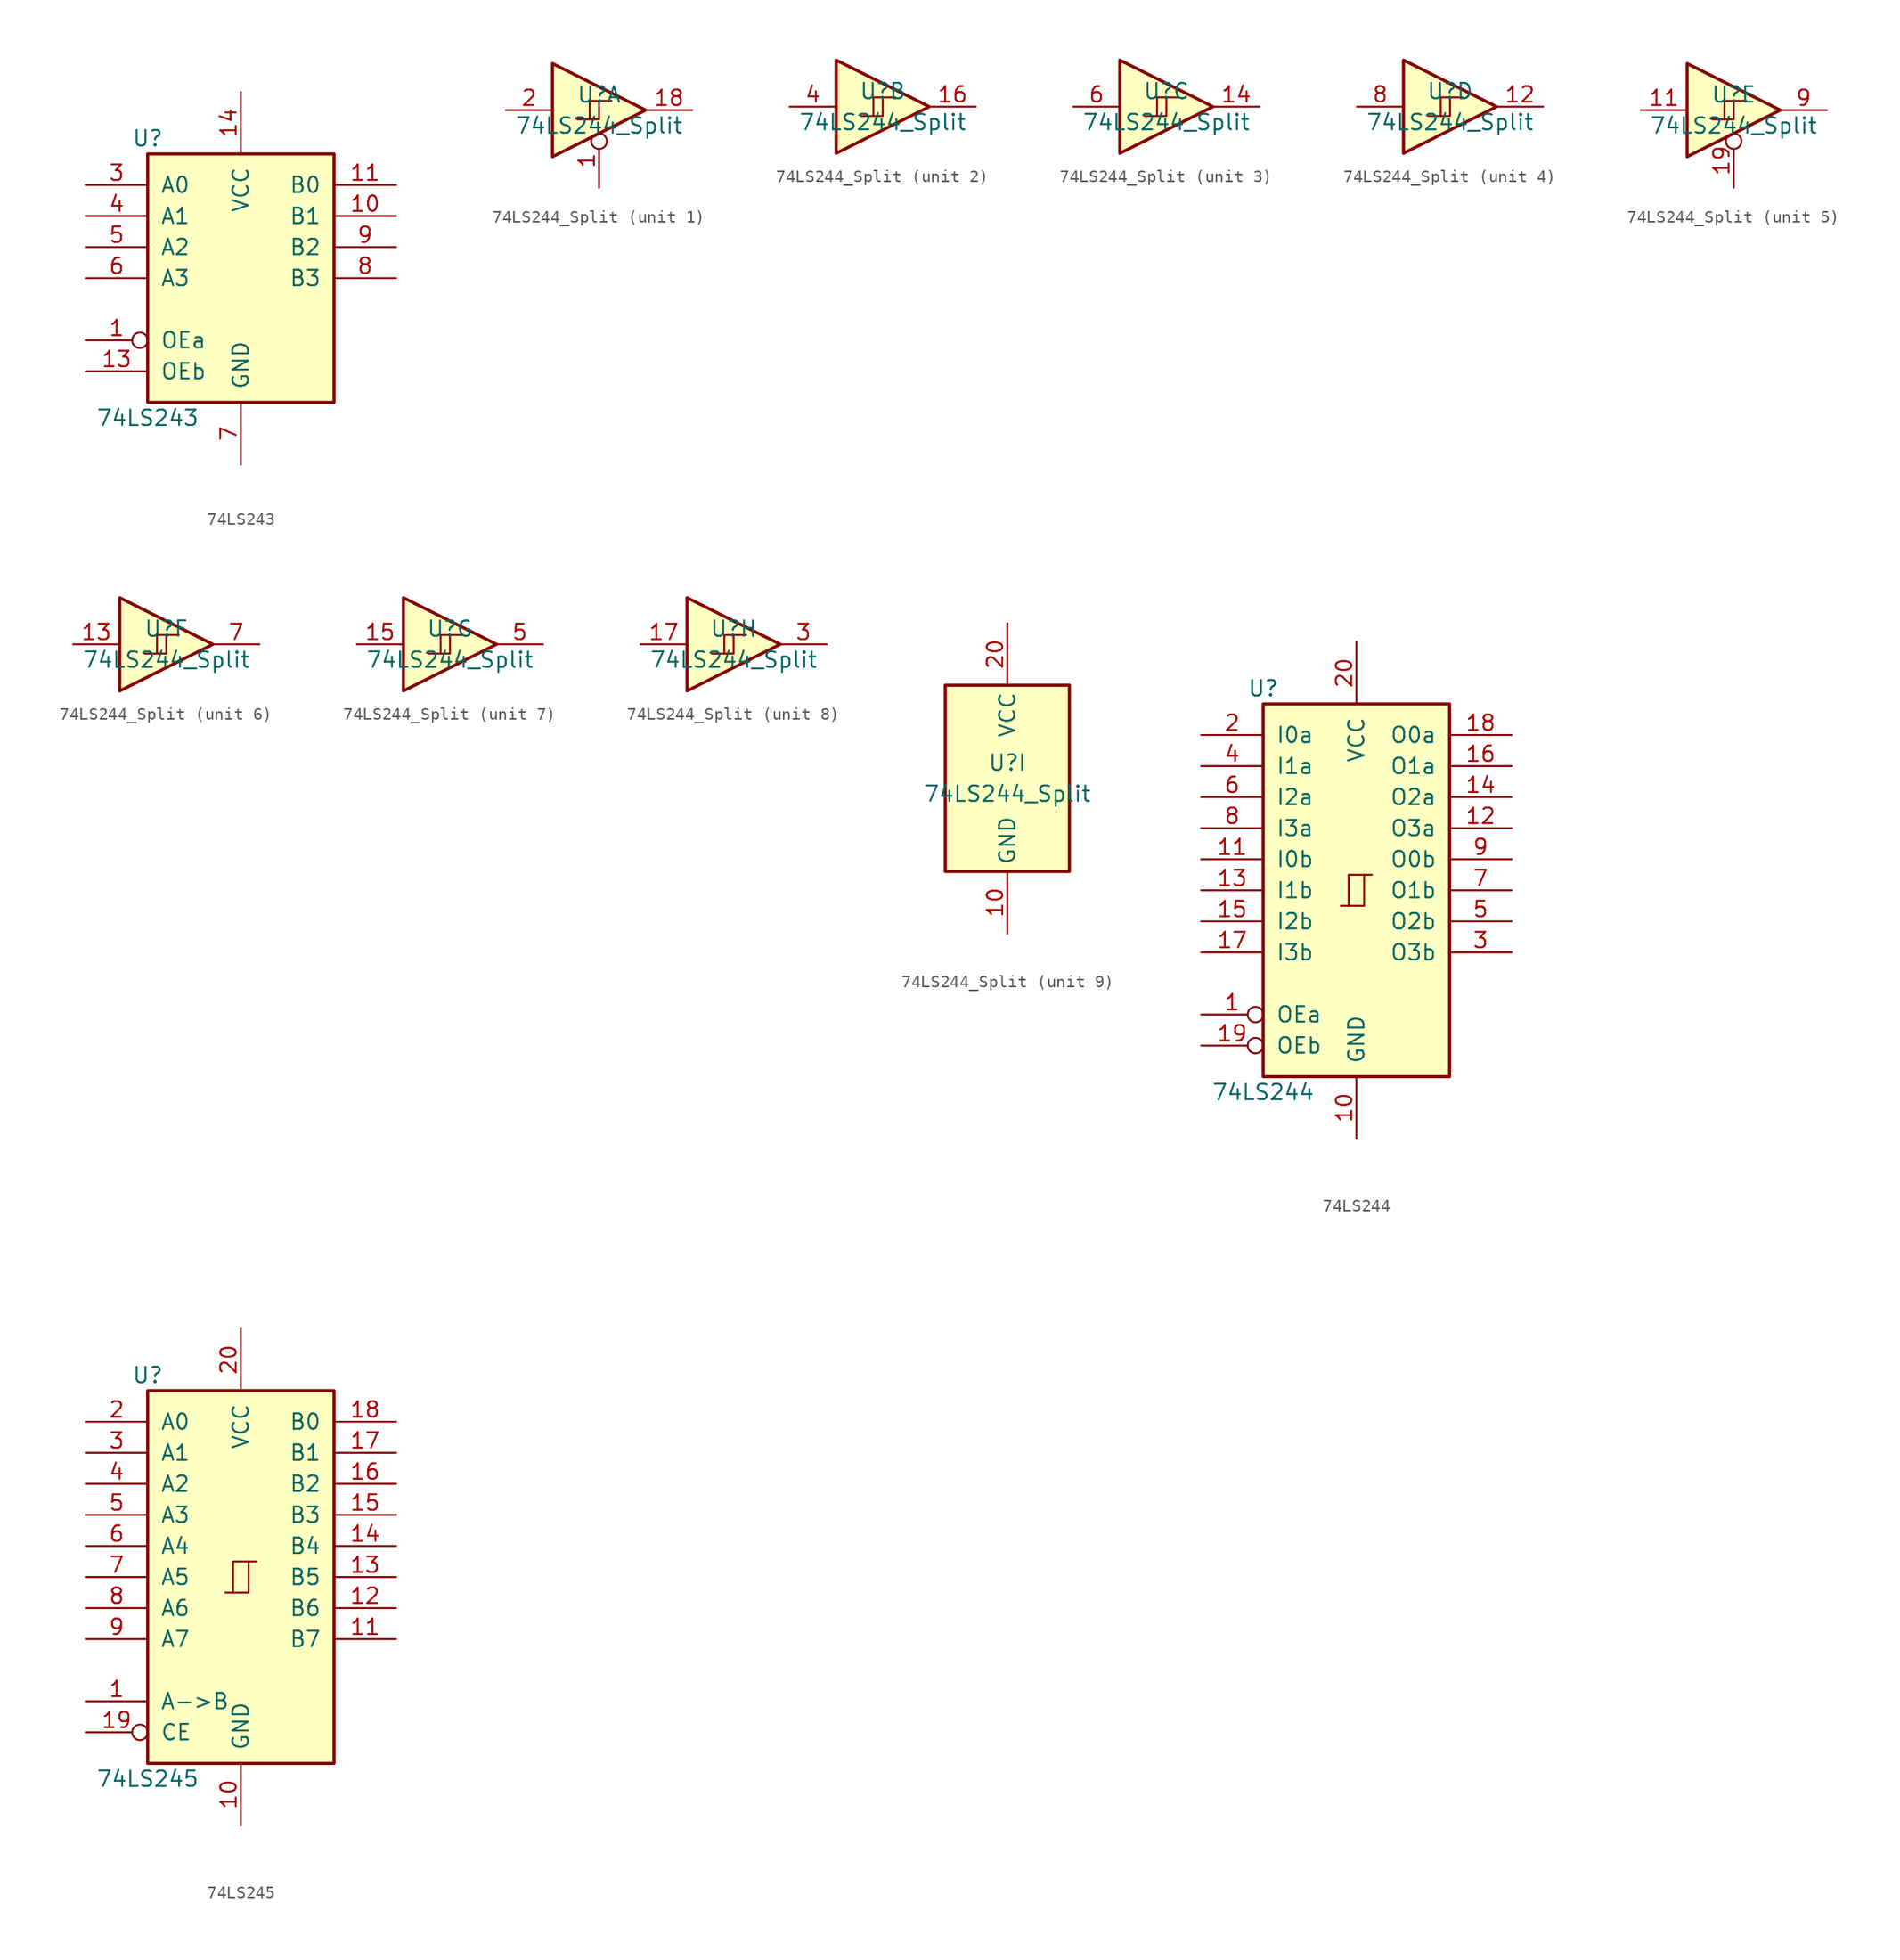
<source format=kicad_sym>
(kicad_symbol_lib
  (version 20241209)
  (generator "kicad_symbol_editor")
  (generator_version "9.0")
  (symbol "74LS243"
    (pin_names
      (offset 1.016))
    (property "Reference" "U"
      (at -7.62 11.43 0)
      (effects (font (size 1.27 1.27))))
    (property "Value" "74LS243"
      (at -7.62 -11.43 0)
      (effects (font (size 1.27 1.27))))
    (property "ki_locked" ""
      (at 0 0 0)
      (effects (font (size 1.27 1.27))))
    (symbol "74LS243_1_0"
      (pin input line (at -12.7 7.62 0) (length 5.08) (name "A0" (effects (font (size 1.27 1.27)))) (number "3" (effects (font (size 1.27 1.27)))))
      (pin input line (at -12.7 5.08 0) (length 5.08) (name "A1" (effects (font (size 1.27 1.27)))) (number "4" (effects (font (size 1.27 1.27)))))
      (pin input line (at -12.7 2.54 0) (length 5.08) (name "A2" (effects (font (size 1.27 1.27)))) (number "5" (effects (font (size 1.27 1.27)))))
      (pin input line (at -12.7 0 0) (length 5.08) (name "A3" (effects (font (size 1.27 1.27)))) (number "6" (effects (font (size 1.27 1.27)))))
      (pin input inverted (at -12.7 -5.08 0) (length 5.08) (name "OEa" (effects (font (size 1.27 1.27)))) (number "1" (effects (font (size 1.27 1.27)))))
      (pin input line (at -12.7 -7.62 0) (length 5.08) (name "OEb" (effects (font (size 1.27 1.27)))) (number "13" (effects (font (size 1.27 1.27)))))
      (pin power_in line (at 0 15.24 270) (length 5.08) (name "VCC" (effects (font (size 1.27 1.27)))) (number "14" (effects (font (size 1.27 1.27)))))
      (pin power_in line (at 0 -15.24 90) (length 5.08) (name "GND" (effects (font (size 1.27 1.27)))) (number "7" (effects (font (size 1.27 1.27)))))
      (pin tri_state line (at 12.7 7.62 180) (length 5.08) (name "B0" (effects (font (size 1.27 1.27)))) (number "11" (effects (font (size 1.27 1.27)))))
      (pin tri_state line (at 12.7 5.08 180) (length 5.08) (name "B1" (effects (font (size 1.27 1.27)))) (number "10" (effects (font (size 1.27 1.27)))))
      (pin tri_state line (at 12.7 2.54 180) (length 5.08) (name "B2" (effects (font (size 1.27 1.27)))) (number "9" (effects (font (size 1.27 1.27)))))
      (pin tri_state line (at 12.7 0 180) (length 5.08) (name "B3" (effects (font (size 1.27 1.27)))) (number "8" (effects (font (size 1.27 1.27))))))
    (symbol "74LS243_1_1"
      (rectangle (start -7.62 10.16) (end 7.62 -10.16) (stroke (width 0.254) (type solid)) (fill (type background)))))
  (symbol "74LS244_Split"
    (property "Reference" "U"
      (at 0 1.27 0)
      (effects (font (size 1.27 1.27))))
    (property "Value" "74LS244_Split"
      (at 0 -1.27 0)
      (effects (font (size 1.27 1.27))))
    (property "ki_locked" ""
      (at 0 0 0)
      (effects (font (size 1.27 1.27))))
    (symbol "74LS244_Split_1_0"
      (polyline (pts (xy -3.81 3.81) (xy -3.81 -3.81) (xy 3.81 0) (xy -3.81 3.81)) (stroke (width 0.254) (type solid)) (fill (type background)))
      (pin input line (at -7.62 0 0) (length 3.81) (name "~" (effects (font (size 1.27 1.27)))) (number "2" (effects (font (size 1.27 1.27)))))
      (pin input inverted (at 0 -6.35 90) (length 4.445) (name "~" (effects (font (size 1.27 1.27)))) (number "1" (effects (font (size 1.27 1.27)))))
      (pin tri_state line (at 7.62 0 180) (length 3.81) (name "~" (effects (font (size 1.27 1.27)))) (number "18" (effects (font (size 1.27 1.27))))))
    (symbol "74LS244_Split_1_1"
      (polyline (pts (xy 0 0.762) (xy 0 -0.762) (xy -1.778 -0.762)) (stroke (width 0) (type solid)) (fill (type none)))
      (polyline (pts (xy 1.016 0.762) (xy -0.762 0.762) (xy -0.762 -0.762)) (stroke (width 0) (type solid)) (fill (type none))))
    (symbol "74LS244_Split_2_0"
      (polyline (pts (xy -3.81 3.81) (xy -3.81 -3.81) (xy 3.81 0) (xy -3.81 3.81)) (stroke (width 0.254) (type solid)) (fill (type background)))
      (pin input line (at -7.62 0 0) (length 3.81) (name "~" (effects (font (size 1.27 1.27)))) (number "4" (effects (font (size 1.27 1.27)))))
      (pin tri_state line (at 7.62 0 180) (length 3.81) (name "~" (effects (font (size 1.27 1.27)))) (number "16" (effects (font (size 1.27 1.27))))))
    (symbol "74LS244_Split_2_1"
      (polyline (pts (xy 0 0.762) (xy 0 -0.762) (xy -1.778 -0.762)) (stroke (width 0) (type solid)) (fill (type none)))
      (polyline (pts (xy 1.016 0.762) (xy -0.762 0.762) (xy -0.762 -0.762)) (stroke (width 0) (type solid)) (fill (type none))))
    (symbol "74LS244_Split_3_0"
      (polyline (pts (xy -3.81 3.81) (xy -3.81 -3.81) (xy 3.81 0) (xy -3.81 3.81)) (stroke (width 0.254) (type solid)) (fill (type background)))
      (pin input line (at -7.62 0 0) (length 3.81) (name "~" (effects (font (size 1.27 1.27)))) (number "6" (effects (font (size 1.27 1.27)))))
      (pin tri_state line (at 7.62 0 180) (length 3.81) (name "~" (effects (font (size 1.27 1.27)))) (number "14" (effects (font (size 1.27 1.27))))))
    (symbol "74LS244_Split_3_1"
      (polyline (pts (xy 0 0.762) (xy 0 -0.762) (xy -1.778 -0.762)) (stroke (width 0) (type solid)) (fill (type none)))
      (polyline (pts (xy 1.016 0.762) (xy -0.762 0.762) (xy -0.762 -0.762)) (stroke (width 0) (type solid)) (fill (type none))))
    (symbol "74LS244_Split_4_0"
      (polyline (pts (xy -3.81 3.81) (xy -3.81 -3.81) (xy 3.81 0) (xy -3.81 3.81)) (stroke (width 0.254) (type solid)) (fill (type background)))
      (pin input line (at -7.62 0 0) (length 3.81) (name "~" (effects (font (size 1.27 1.27)))) (number "8" (effects (font (size 1.27 1.27)))))
      (pin tri_state line (at 7.62 0 180) (length 3.81) (name "~" (effects (font (size 1.27 1.27)))) (number "12" (effects (font (size 1.27 1.27))))))
    (symbol "74LS244_Split_4_1"
      (polyline (pts (xy 0 0.762) (xy 0 -0.762) (xy -1.778 -0.762)) (stroke (width 0) (type solid)) (fill (type none)))
      (polyline (pts (xy 1.016 0.762) (xy -0.762 0.762) (xy -0.762 -0.762)) (stroke (width 0) (type solid)) (fill (type none))))
    (symbol "74LS244_Split_5_0"
      (polyline (pts (xy -3.81 3.81) (xy -3.81 -3.81) (xy 3.81 0) (xy -3.81 3.81)) (stroke (width 0.254) (type solid)) (fill (type background)))
      (pin input line (at -7.62 0 0) (length 3.81) (name "~" (effects (font (size 1.27 1.27)))) (number "11" (effects (font (size 1.27 1.27)))))
      (pin input inverted (at 0 -6.35 90) (length 4.445) (name "~" (effects (font (size 1.27 1.27)))) (number "19" (effects (font (size 1.27 1.27)))))
      (pin tri_state line (at 7.62 0 180) (length 3.81) (name "~" (effects (font (size 1.27 1.27)))) (number "9" (effects (font (size 1.27 1.27))))))
    (symbol "74LS244_Split_5_1"
      (polyline (pts (xy 0 0.762) (xy 0 -0.762) (xy -1.778 -0.762)) (stroke (width 0) (type solid)) (fill (type none)))
      (polyline (pts (xy 1.016 0.762) (xy -0.762 0.762) (xy -0.762 -0.762)) (stroke (width 0) (type solid)) (fill (type none))))
    (symbol "74LS244_Split_6_0"
      (polyline (pts (xy -3.81 3.81) (xy -3.81 -3.81) (xy 3.81 0) (xy -3.81 3.81)) (stroke (width 0.254) (type solid)) (fill (type background)))
      (pin input line (at -7.62 0 0) (length 3.81) (name "~" (effects (font (size 1.27 1.27)))) (number "13" (effects (font (size 1.27 1.27)))))
      (pin tri_state line (at 7.62 0 180) (length 3.81) (name "~" (effects (font (size 1.27 1.27)))) (number "7" (effects (font (size 1.27 1.27))))))
    (symbol "74LS244_Split_6_1"
      (polyline (pts (xy 0 0.762) (xy 0 -0.762) (xy -1.778 -0.762)) (stroke (width 0) (type solid)) (fill (type none)))
      (polyline (pts (xy 1.016 0.762) (xy -0.762 0.762) (xy -0.762 -0.762)) (stroke (width 0) (type solid)) (fill (type none))))
    (symbol "74LS244_Split_7_0"
      (polyline (pts (xy -3.81 3.81) (xy -3.81 -3.81) (xy 3.81 0) (xy -3.81 3.81)) (stroke (width 0.254) (type solid)) (fill (type background)))
      (pin input line (at -7.62 0 0) (length 3.81) (name "~" (effects (font (size 1.27 1.27)))) (number "15" (effects (font (size 1.27 1.27)))))
      (pin tri_state line (at 7.62 0 180) (length 3.81) (name "~" (effects (font (size 1.27 1.27)))) (number "5" (effects (font (size 1.27 1.27))))))
    (symbol "74LS244_Split_7_1"
      (polyline (pts (xy 0 0.762) (xy 0 -0.762) (xy -1.778 -0.762)) (stroke (width 0) (type solid)) (fill (type none)))
      (polyline (pts (xy 1.016 0.762) (xy -0.762 0.762) (xy -0.762 -0.762)) (stroke (width 0) (type solid)) (fill (type none))))
    (symbol "74LS244_Split_8_0"
      (polyline (pts (xy -3.81 3.81) (xy -3.81 -3.81) (xy 3.81 0) (xy -3.81 3.81)) (stroke (width 0.254) (type solid)) (fill (type background)))
      (pin input line (at -7.62 0 0) (length 3.81) (name "~" (effects (font (size 1.27 1.27)))) (number "17" (effects (font (size 1.27 1.27)))))
      (pin tri_state line (at 7.62 0 180) (length 3.81) (name "~" (effects (font (size 1.27 1.27)))) (number "3" (effects (font (size 1.27 1.27))))))
    (symbol "74LS244_Split_8_1"
      (polyline (pts (xy 0 0.762) (xy 0 -0.762) (xy -1.778 -0.762)) (stroke (width 0) (type solid)) (fill (type none)))
      (polyline (pts (xy 1.016 0.762) (xy -0.762 0.762) (xy -0.762 -0.762)) (stroke (width 0) (type solid)) (fill (type none))))
    (symbol "74LS244_Split_9_0"
      (pin power_in line (at 0 12.7 270) (length 5.08) (name "VCC" (effects (font (size 1.27 1.27)))) (number "20" (effects (font (size 1.27 1.27)))))
      (pin power_in line (at 0 -12.7 90) (length 5.08) (name "GND" (effects (font (size 1.27 1.27)))) (number "10" (effects (font (size 1.27 1.27))))))
    (symbol "74LS244_Split_9_1"
      (rectangle (start -5.08 7.62) (end 5.08 -7.62) (stroke (width 0.254) (type solid)) (fill (type background)))))
  (symbol "74LS244"
    (pin_names
      (offset 1.016))
    (property "Reference" "U"
      (at -7.62 16.51 0)
      (effects (font (size 1.27 1.27))))
    (property "Value" "74LS244"
      (at -7.62 -16.51 0)
      (effects (font (size 1.27 1.27))))
    (symbol "74LS244_1_0"
      (polyline (pts (xy -1.27 -1.27) (xy 0.635 -1.27) (xy 0.635 1.27) (xy 1.27 1.27)) (stroke (width 0) (type solid)) (fill (type none)))
      (polyline (pts (xy -0.635 -1.27) (xy -0.635 1.27) (xy 0.635 1.27)) (stroke (width 0) (type solid)) (fill (type none)))
      (pin input line (at -12.7 12.7 0) (length 5.08) (name "I0a" (effects (font (size 1.27 1.27)))) (number "2" (effects (font (size 1.27 1.27)))))
      (pin input line (at -12.7 10.16 0) (length 5.08) (name "I1a" (effects (font (size 1.27 1.27)))) (number "4" (effects (font (size 1.27 1.27)))))
      (pin input line (at -12.7 7.62 0) (length 5.08) (name "I2a" (effects (font (size 1.27 1.27)))) (number "6" (effects (font (size 1.27 1.27)))))
      (pin input line (at -12.7 5.08 0) (length 5.08) (name "I3a" (effects (font (size 1.27 1.27)))) (number "8" (effects (font (size 1.27 1.27)))))
      (pin input line (at -12.7 2.54 0) (length 5.08) (name "I0b" (effects (font (size 1.27 1.27)))) (number "11" (effects (font (size 1.27 1.27)))))
      (pin input line (at -12.7 0 0) (length 5.08) (name "I1b" (effects (font (size 1.27 1.27)))) (number "13" (effects (font (size 1.27 1.27)))))
      (pin input line (at -12.7 -2.54 0) (length 5.08) (name "I2b" (effects (font (size 1.27 1.27)))) (number "15" (effects (font (size 1.27 1.27)))))
      (pin input line (at -12.7 -5.08 0) (length 5.08) (name "I3b" (effects (font (size 1.27 1.27)))) (number "17" (effects (font (size 1.27 1.27)))))
      (pin input inverted (at -12.7 -10.16 0) (length 5.08) (name "OEa" (effects (font (size 1.27 1.27)))) (number "1" (effects (font (size 1.27 1.27)))))
      (pin input inverted (at -12.7 -12.7 0) (length 5.08) (name "OEb" (effects (font (size 1.27 1.27)))) (number "19" (effects (font (size 1.27 1.27)))))
      (pin power_in line (at 0 20.32 270) (length 5.08) (name "VCC" (effects (font (size 1.27 1.27)))) (number "20" (effects (font (size 1.27 1.27)))))
      (pin power_in line (at 0 -20.32 90) (length 5.08) (name "GND" (effects (font (size 1.27 1.27)))) (number "10" (effects (font (size 1.27 1.27)))))
      (pin tri_state line (at 12.7 12.7 180) (length 5.08) (name "O0a" (effects (font (size 1.27 1.27)))) (number "18" (effects (font (size 1.27 1.27)))))
      (pin tri_state line (at 12.7 10.16 180) (length 5.08) (name "O1a" (effects (font (size 1.27 1.27)))) (number "16" (effects (font (size 1.27 1.27)))))
      (pin tri_state line (at 12.7 7.62 180) (length 5.08) (name "O2a" (effects (font (size 1.27 1.27)))) (number "14" (effects (font (size 1.27 1.27)))))
      (pin tri_state line (at 12.7 5.08 180) (length 5.08) (name "O3a" (effects (font (size 1.27 1.27)))) (number "12" (effects (font (size 1.27 1.27)))))
      (pin tri_state line (at 12.7 2.54 180) (length 5.08) (name "O0b" (effects (font (size 1.27 1.27)))) (number "9" (effects (font (size 1.27 1.27)))))
      (pin tri_state line (at 12.7 0 180) (length 5.08) (name "O1b" (effects (font (size 1.27 1.27)))) (number "7" (effects (font (size 1.27 1.27)))))
      (pin tri_state line (at 12.7 -2.54 180) (length 5.08) (name "O2b" (effects (font (size 1.27 1.27)))) (number "5" (effects (font (size 1.27 1.27)))))
      (pin tri_state line (at 12.7 -5.08 180) (length 5.08) (name "O3b" (effects (font (size 1.27 1.27)))) (number "3" (effects (font (size 1.27 1.27))))))
    (symbol "74LS244_1_1"
      (rectangle (start -7.62 15.24) (end 7.62 -15.24) (stroke (width 0.254) (type solid)) (fill (type background)))))
  (symbol "74LS245"
    (pin_names
      (offset 1.016))
    (property "Reference" "U"
      (at -7.62 16.51 0)
      (effects (font (size 1.27 1.27))))
    (property "Value" "74LS245"
      (at -7.62 -16.51 0)
      (effects (font (size 1.27 1.27))))
    (property "ki_locked" ""
      (at 0 0 0)
      (effects (font (size 1.27 1.27))))
    (symbol "74LS245_1_0"
      (polyline (pts (xy -1.27 -1.27) (xy 0.635 -1.27) (xy 0.635 1.27) (xy 1.27 1.27)) (stroke (width 0) (type solid)) (fill (type none)))
      (polyline (pts (xy -0.635 -1.27) (xy -0.635 1.27) (xy 0.635 1.27)) (stroke (width 0) (type solid)) (fill (type none)))
      (pin tri_state line (at -12.7 12.7 0) (length 5.08) (name "A0" (effects (font (size 1.27 1.27)))) (number "2" (effects (font (size 1.27 1.27)))))
      (pin tri_state line (at -12.7 10.16 0) (length 5.08) (name "A1" (effects (font (size 1.27 1.27)))) (number "3" (effects (font (size 1.27 1.27)))))
      (pin tri_state line (at -12.7 7.62 0) (length 5.08) (name "A2" (effects (font (size 1.27 1.27)))) (number "4" (effects (font (size 1.27 1.27)))))
      (pin tri_state line (at -12.7 5.08 0) (length 5.08) (name "A3" (effects (font (size 1.27 1.27)))) (number "5" (effects (font (size 1.27 1.27)))))
      (pin tri_state line (at -12.7 2.54 0) (length 5.08) (name "A4" (effects (font (size 1.27 1.27)))) (number "6" (effects (font (size 1.27 1.27)))))
      (pin tri_state line (at -12.7 0 0) (length 5.08) (name "A5" (effects (font (size 1.27 1.27)))) (number "7" (effects (font (size 1.27 1.27)))))
      (pin tri_state line (at -12.7 -2.54 0) (length 5.08) (name "A6" (effects (font (size 1.27 1.27)))) (number "8" (effects (font (size 1.27 1.27)))))
      (pin tri_state line (at -12.7 -5.08 0) (length 5.08) (name "A7" (effects (font (size 1.27 1.27)))) (number "9" (effects (font (size 1.27 1.27)))))
      (pin input line (at -12.7 -10.16 0) (length 5.08) (name "A->B" (effects (font (size 1.27 1.27)))) (number "1" (effects (font (size 1.27 1.27)))))
      (pin input inverted (at -12.7 -12.7 0) (length 5.08) (name "CE" (effects (font (size 1.27 1.27)))) (number "19" (effects (font (size 1.27 1.27)))))
      (pin power_in line (at 0 20.32 270) (length 5.08) (name "VCC" (effects (font (size 1.27 1.27)))) (number "20" (effects (font (size 1.27 1.27)))))
      (pin power_in line (at 0 -20.32 90) (length 5.08) (name "GND" (effects (font (size 1.27 1.27)))) (number "10" (effects (font (size 1.27 1.27)))))
      (pin tri_state line (at 12.7 12.7 180) (length 5.08) (name "B0" (effects (font (size 1.27 1.27)))) (number "18" (effects (font (size 1.27 1.27)))))
      (pin tri_state line (at 12.7 10.16 180) (length 5.08) (name "B1" (effects (font (size 1.27 1.27)))) (number "17" (effects (font (size 1.27 1.27)))))
      (pin tri_state line (at 12.7 7.62 180) (length 5.08) (name "B2" (effects (font (size 1.27 1.27)))) (number "16" (effects (font (size 1.27 1.27)))))
      (pin tri_state line (at 12.7 5.08 180) (length 5.08) (name "B3" (effects (font (size 1.27 1.27)))) (number "15" (effects (font (size 1.27 1.27)))))
      (pin tri_state line (at 12.7 2.54 180) (length 5.08) (name "B4" (effects (font (size 1.27 1.27)))) (number "14" (effects (font (size 1.27 1.27)))))
      (pin tri_state line (at 12.7 0 180) (length 5.08) (name "B5" (effects (font (size 1.27 1.27)))) (number "13" (effects (font (size 1.27 1.27)))))
      (pin tri_state line (at 12.7 -2.54 180) (length 5.08) (name "B6" (effects (font (size 1.27 1.27)))) (number "12" (effects (font (size 1.27 1.27)))))
      (pin tri_state line (at 12.7 -5.08 180) (length 5.08) (name "B7" (effects (font (size 1.27 1.27)))) (number "11" (effects (font (size 1.27 1.27))))))
    (symbol "74LS245_1_1"
      (rectangle (start -7.62 15.24) (end 7.62 -15.24) (stroke (width 0.254) (type solid)) (fill (type background))))))
</source>
